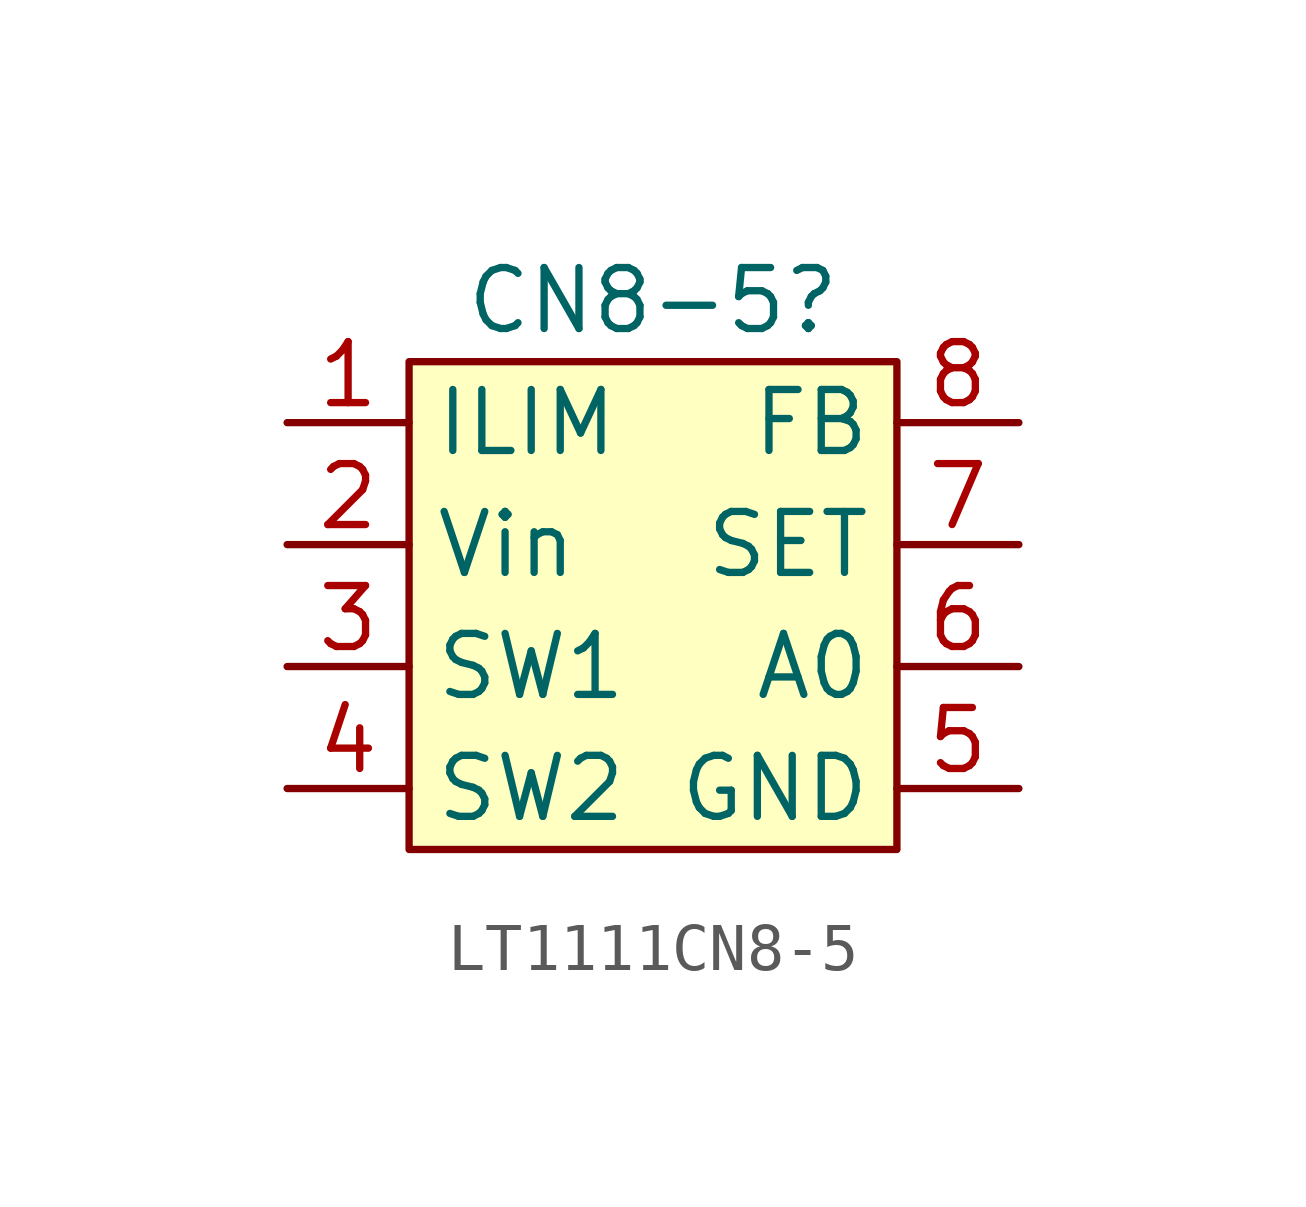
<source format=kicad_sym>
(kicad_symbol_lib
  (version 20220914)
  (generator kicad_symbol_editor)
  (symbol "LT1111CN8-5"
    (property "Reference" "CN8-5"
      (at 0 7.62 0)
      (effects (font (size 1.27 1.27))))
    (property "Value" ""
      (at 0 0 0)
      (effects (font (size 1.27 1.27))))
    (symbol "LT1111CN8-5_1_1"
      (rectangle (start -5.08 6.35) (end 5.08 -3.81) (stroke (width 0) (type default)) (fill (type background)))
      (pin input line (at -7.62 5.08 0) (length 2.54) (name "ILIM" (effects (font (size 1.27 1.27)))) (number "1" (effects (font (size 1.27 1.27)))))
      (pin input line (at -7.62 2.54 0) (length 2.54) (name "Vin" (effects (font (size 1.27 1.27)))) (number "2" (effects (font (size 1.27 1.27)))))
      (pin input line (at -7.62 0 0) (length 2.54) (name "SW1" (effects (font (size 1.27 1.27)))) (number "3" (effects (font (size 1.27 1.27)))))
      (pin input line (at -7.62 -2.54 0) (length 2.54) (name "SW2" (effects (font (size 1.27 1.27)))) (number "4" (effects (font (size 1.27 1.27)))))
      (pin output line (at 7.62 -2.54 180) (length 2.54) (name "GND" (effects (font (size 1.27 1.27)))) (number "5" (effects (font (size 1.27 1.27)))))
      (pin output line (at 7.62 0 180) (length 2.54) (name "A0" (effects (font (size 1.27 1.27)))) (number "6" (effects (font (size 1.27 1.27)))))
      (pin output line (at 7.62 2.54 180) (length 2.54) (name "SET" (effects (font (size 1.27 1.27)))) (number "7" (effects (font (size 1.27 1.27)))))
      (pin output line (at 7.62 5.08 180) (length 2.54) (name "FB" (effects (font (size 1.27 1.27)))) (number "8" (effects (font (size 1.27 1.27))))))))
</source>
